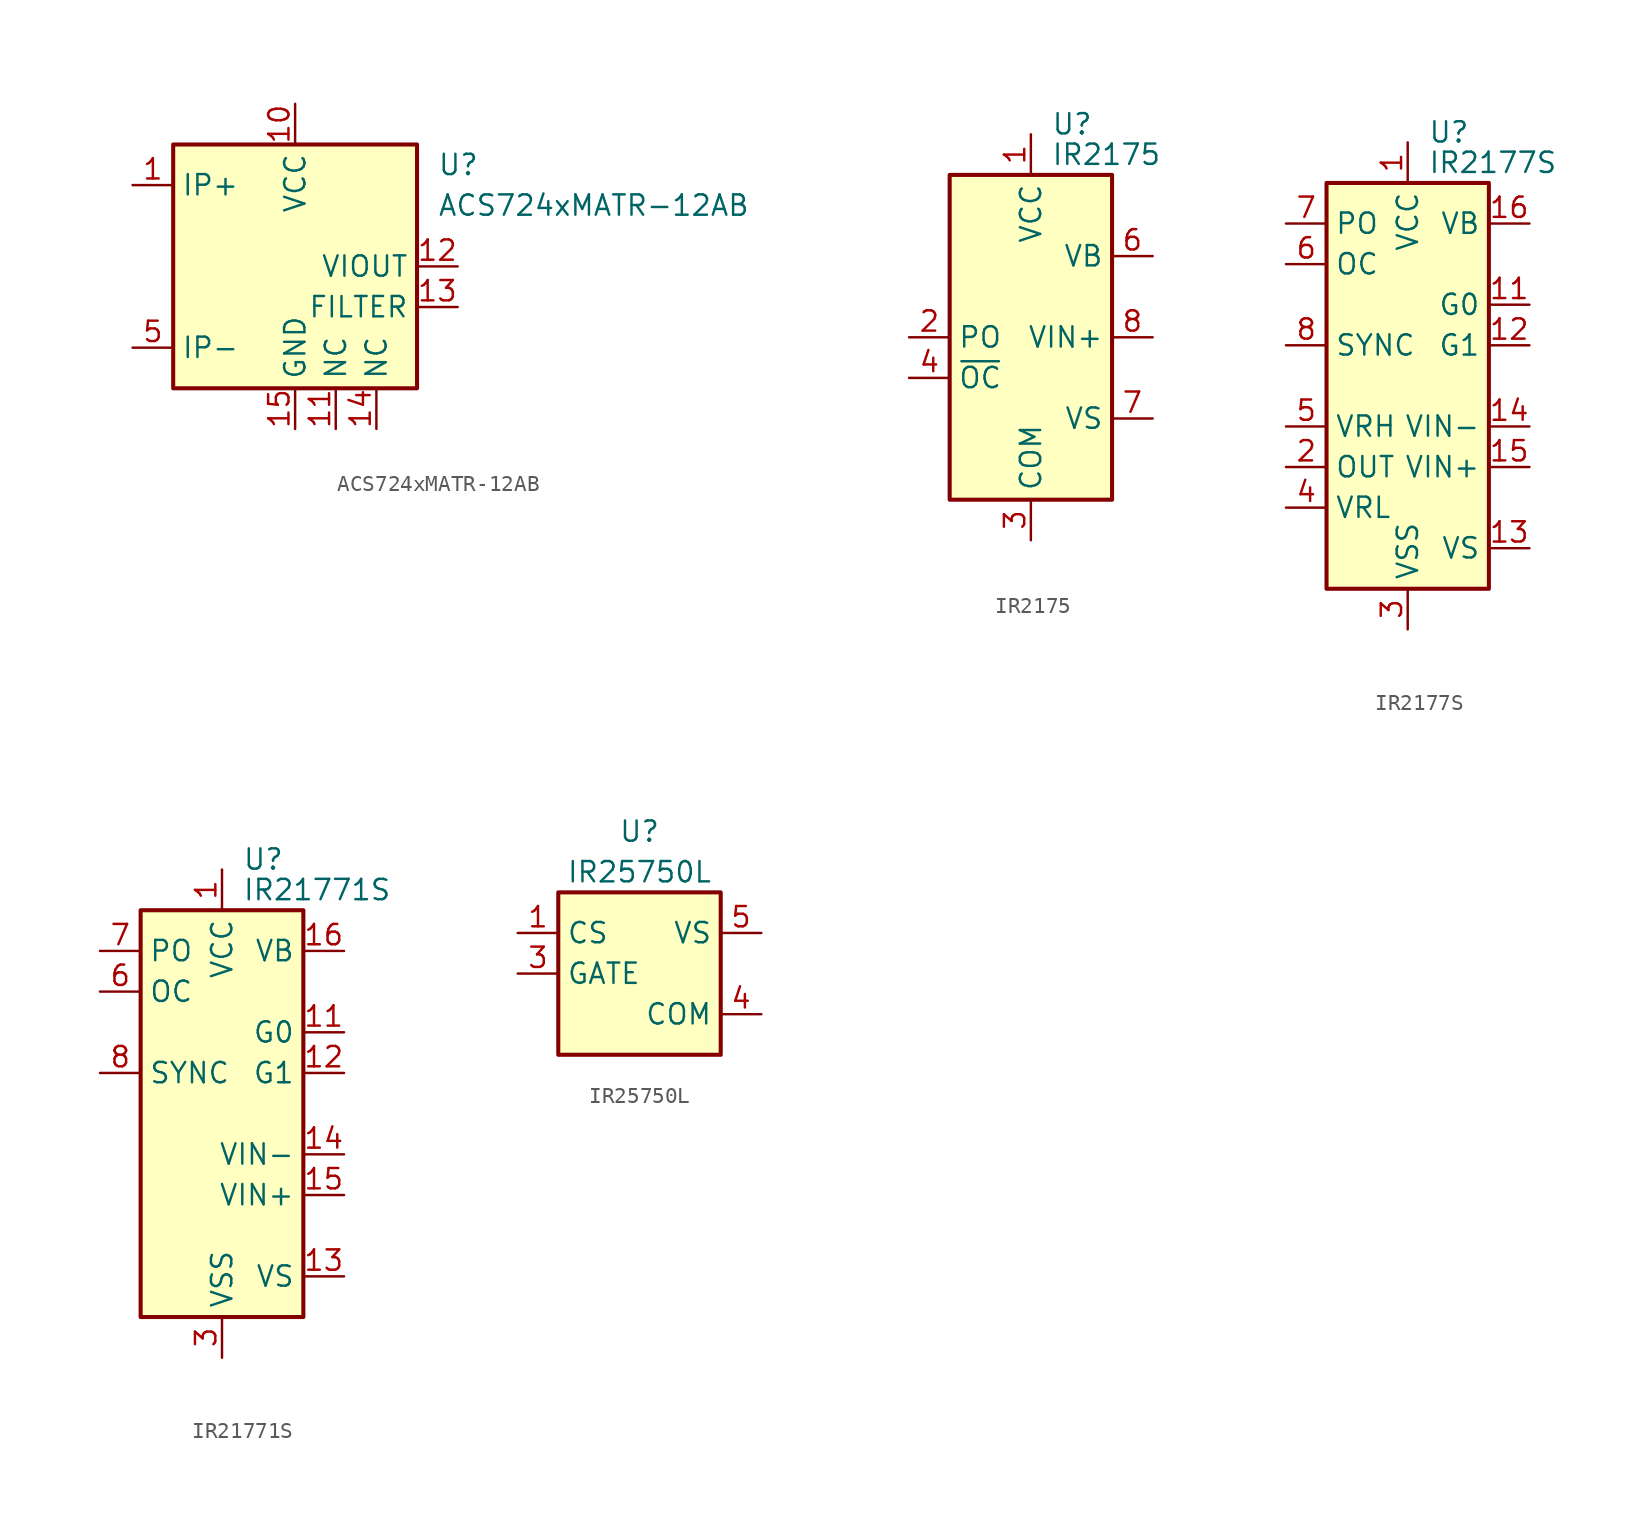
<source format=kicad_sym>
(kicad_symbol_lib
  (version 20200908)
  (generator kicad_symbol_editor)
  (symbol "Sensor_Current:ACS724xMATR-12AB"
    (property "Reference" "U"
      (at 8.89 6.35 0)
      (effects (font (size 1.27 1.27)) (justify left)))
    (property "Value" "ACS724xMATR-12AB"
      (at 8.89 3.81 0)
      (effects (font (size 1.27 1.27)) (justify left)))
    (symbol "ACS724xMATR-12AB_0_1"
      (rectangle (start -7.62 7.62) (end 7.62 -7.62) (stroke (width 0.254)) (fill (type background))))
    (symbol "ACS724xMATR-12AB_1_1"
      (pin passive line (at -10.16 5.08 0) (length 2.54) (name "IP+" (effects (font (size 1.27 1.27)))) (number "1" (effects (font (size 1.27 1.27)))))
      (pin power_in line (at 0 10.16 270) (length 2.54) (name "VCC" (effects (font (size 1.27 1.27)))) (number "10" (effects (font (size 1.27 1.27)))))
      (pin passive line (at 2.54 -10.16 90) (length 2.54) (name "NC" (effects (font (size 1.27 1.27)))) (number "11" (effects (font (size 1.27 1.27)))))
      (pin output line (at 10.16 0 180) (length 2.54) (name "VIOUT" (effects (font (size 1.27 1.27)))) (number "12" (effects (font (size 1.27 1.27)))))
      (pin passive line (at 10.16 -2.54 180) (length 2.54) (name "FILTER" (effects (font (size 1.27 1.27)))) (number "13" (effects (font (size 1.27 1.27)))))
      (pin passive line (at 5.08 -10.16 90) (length 2.54) (name "NC" (effects (font (size 1.27 1.27)))) (number "14" (effects (font (size 1.27 1.27)))))
      (pin power_in line (at 0 -10.16 90) (length 2.54) (name "GND" (effects (font (size 1.27 1.27)))) (number "15" (effects (font (size 1.27 1.27)))))
      (pin unconnected line (at 7.62 2.54 180) (length 2.54) hide (name "NC" (effects (font (size 1.27 1.27)))) (number "16" (effects (font (size 1.27 1.27)))))
      (pin passive line (at -10.16 5.08 0) (length 2.54) hide (name "IP+" (effects (font (size 1.27 1.27)))) (number "2" (effects (font (size 1.27 1.27)))))
      (pin passive line (at -10.16 5.08 0) (length 2.54) hide (name "IP+" (effects (font (size 1.27 1.27)))) (number "3" (effects (font (size 1.27 1.27)))))
      (pin passive line (at -10.16 5.08 0) (length 2.54) hide (name "IP+" (effects (font (size 1.27 1.27)))) (number "4" (effects (font (size 1.27 1.27)))))
      (pin passive line (at -10.16 -5.08 0) (length 2.54) (name "IP-" (effects (font (size 1.27 1.27)))) (number "5" (effects (font (size 1.27 1.27)))))
      (pin passive line (at -10.16 -5.08 0) (length 2.54) hide (name "IP-" (effects (font (size 1.27 1.27)))) (number "6" (effects (font (size 1.27 1.27)))))
      (pin passive line (at -10.16 -5.08 0) (length 2.54) hide (name "IP-" (effects (font (size 1.27 1.27)))) (number "7" (effects (font (size 1.27 1.27)))))
      (pin passive line (at -10.16 -5.08 0) (length 2.54) hide (name "IP-" (effects (font (size 1.27 1.27)))) (number "8" (effects (font (size 1.27 1.27)))))
      (pin unconnected line (at 7.62 5.08 180) (length 2.54) hide (name "NC" (effects (font (size 1.27 1.27)))) (number "9" (effects (font (size 1.27 1.27)))))))
  (symbol "Sensor_Current:IR2175"
    (property "Reference" "U"
      (at 1.27 13.335 0)
      (effects (font (size 1.27 1.27)) (justify left)))
    (property "Value" "IR2175"
      (at 1.27 11.43 0)
      (effects (font (size 1.27 1.27)) (justify left)))
    (symbol "IR2175_0_1"
      (rectangle (start -5.08 -10.16) (end 5.08 10.16) (stroke (width 0.254)) (fill (type background))))
    (symbol "IR2175_1_1"
      (pin power_in line (at 0 12.7 270) (length 2.54) (name "VCC" (effects (font (size 1.27 1.27)))) (number "1" (effects (font (size 1.27 1.27)))))
      (pin output line (at -7.62 0 0) (length 2.54) (name "PO" (effects (font (size 1.27 1.27)))) (number "2" (effects (font (size 1.27 1.27)))))
      (pin power_in line (at 0 -12.7 90) (length 2.54) (name "COM" (effects (font (size 1.27 1.27)))) (number "3" (effects (font (size 1.27 1.27)))))
      (pin output line (at -7.62 -2.54 0) (length 2.54) (name "~OC" (effects (font (size 1.27 1.27)))) (number "4" (effects (font (size 1.27 1.27)))))
      (pin unconnected line (at -5.08 2.54 0) (length 2.54) hide (name "NC" (effects (font (size 1.27 1.27)))) (number "5" (effects (font (size 1.27 1.27)))))
      (pin passive line (at 7.62 5.08 180) (length 2.54) (name "VB" (effects (font (size 1.27 1.27)))) (number "6" (effects (font (size 1.27 1.27)))))
      (pin passive line (at 7.62 -5.08 180) (length 2.54) (name "VS" (effects (font (size 1.27 1.27)))) (number "7" (effects (font (size 1.27 1.27)))))
      (pin passive line (at 7.62 0 180) (length 2.54) (name "VIN+" (effects (font (size 1.27 1.27)))) (number "8" (effects (font (size 1.27 1.27)))))))
  (symbol "Sensor_Current:IR2177S"
    (property "Reference" "U"
      (at 1.27 15.875 0)
      (effects (font (size 1.27 1.27)) (justify left)))
    (property "Value" "IR2177S"
      (at 1.27 13.97 0)
      (effects (font (size 1.27 1.27)) (justify left)))
    (symbol "IR2177S_0_1"
      (rectangle (start -5.08 -12.7) (end 5.08 12.7) (stroke (width 0.254)) (fill (type background))))
    (symbol "IR2177S_1_1"
      (pin power_in line (at 0 15.24 270) (length 2.54) (name "VCC" (effects (font (size 1.27 1.27)))) (number "1" (effects (font (size 1.27 1.27)))))
      (pin unconnected line (at -5.08 0 0) (length 2.54) hide (name "NC" (effects (font (size 1.27 1.27)))) (number "10" (effects (font (size 1.27 1.27)))))
      (pin input line (at 7.62 5.08 180) (length 2.54) (name "G0" (effects (font (size 1.27 1.27)))) (number "11" (effects (font (size 1.27 1.27)))))
      (pin input line (at 7.62 2.54 180) (length 2.54) (name "G1" (effects (font (size 1.27 1.27)))) (number "12" (effects (font (size 1.27 1.27)))))
      (pin passive line (at 7.62 -10.16 180) (length 2.54) (name "VS" (effects (font (size 1.27 1.27)))) (number "13" (effects (font (size 1.27 1.27)))))
      (pin passive line (at 7.62 -2.54 180) (length 2.54) (name "VIN-" (effects (font (size 1.27 1.27)))) (number "14" (effects (font (size 1.27 1.27)))))
      (pin passive line (at 7.62 -5.08 180) (length 2.54) (name "VIN+" (effects (font (size 1.27 1.27)))) (number "15" (effects (font (size 1.27 1.27)))))
      (pin passive line (at 7.62 10.16 180) (length 2.54) (name "VB" (effects (font (size 1.27 1.27)))) (number "16" (effects (font (size 1.27 1.27)))))
      (pin output line (at -7.62 -5.08 0) (length 2.54) (name "OUT" (effects (font (size 1.27 1.27)))) (number "2" (effects (font (size 1.27 1.27)))))
      (pin power_in line (at 0 -15.24 90) (length 2.54) (name "VSS" (effects (font (size 1.27 1.27)))) (number "3" (effects (font (size 1.27 1.27)))))
      (pin input line (at -7.62 -7.62 0) (length 2.54) (name "VRL" (effects (font (size 1.27 1.27)))) (number "4" (effects (font (size 1.27 1.27)))))
      (pin input line (at -7.62 -2.54 0) (length 2.54) (name "VRH" (effects (font (size 1.27 1.27)))) (number "5" (effects (font (size 1.27 1.27)))))
      (pin open_collector line (at -7.62 7.62 0) (length 2.54) (name "OC" (effects (font (size 1.27 1.27)))) (number "6" (effects (font (size 1.27 1.27)))))
      (pin open_collector line (at -7.62 10.16 0) (length 2.54) (name "PO" (effects (font (size 1.27 1.27)))) (number "7" (effects (font (size 1.27 1.27)))))
      (pin input line (at -7.62 2.54 0) (length 2.54) (name "SYNC" (effects (font (size 1.27 1.27)))) (number "8" (effects (font (size 1.27 1.27)))))
      (pin unconnected line (at -5.08 5.08 0) (length 2.54) hide (name "NC" (effects (font (size 1.27 1.27)))) (number "9" (effects (font (size 1.27 1.27)))))))
  (symbol "Sensor_Current:IR21771S"
    (property "Reference" "U"
      (at 1.27 15.875 0)
      (effects (font (size 1.27 1.27)) (justify left)))
    (property "Value" "IR21771S"
      (at 1.27 13.97 0)
      (effects (font (size 1.27 1.27)) (justify left)))
    (symbol "IR21771S_0_1"
      (rectangle (start -5.08 -12.7) (end 5.08 12.7) (stroke (width 0.254)) (fill (type background))))
    (symbol "IR21771S_1_1"
      (pin power_in line (at 0 15.24 270) (length 2.54) (name "VCC" (effects (font (size 1.27 1.27)))) (number "1" (effects (font (size 1.27 1.27)))))
      (pin unconnected line (at -5.08 0 0) (length 2.54) hide (name "NC" (effects (font (size 1.27 1.27)))) (number "10" (effects (font (size 1.27 1.27)))))
      (pin input line (at 7.62 5.08 180) (length 2.54) (name "G0" (effects (font (size 1.27 1.27)))) (number "11" (effects (font (size 1.27 1.27)))))
      (pin input line (at 7.62 2.54 180) (length 2.54) (name "G1" (effects (font (size 1.27 1.27)))) (number "12" (effects (font (size 1.27 1.27)))))
      (pin passive line (at 7.62 -10.16 180) (length 2.54) (name "VS" (effects (font (size 1.27 1.27)))) (number "13" (effects (font (size 1.27 1.27)))))
      (pin passive line (at 7.62 -2.54 180) (length 2.54) (name "VIN-" (effects (font (size 1.27 1.27)))) (number "14" (effects (font (size 1.27 1.27)))))
      (pin passive line (at 7.62 -5.08 180) (length 2.54) (name "VIN+" (effects (font (size 1.27 1.27)))) (number "15" (effects (font (size 1.27 1.27)))))
      (pin passive line (at 7.62 10.16 180) (length 2.54) (name "VB" (effects (font (size 1.27 1.27)))) (number "16" (effects (font (size 1.27 1.27)))))
      (pin unconnected line (at -5.08 -5.08 0) (length 2.54) hide (name "NC" (effects (font (size 1.27 1.27)))) (number "2" (effects (font (size 1.27 1.27)))))
      (pin power_in line (at 0 -15.24 90) (length 2.54) (name "VSS" (effects (font (size 1.27 1.27)))) (number "3" (effects (font (size 1.27 1.27)))))
      (pin unconnected line (at -5.08 -7.62 0) (length 2.54) hide (name "NC" (effects (font (size 1.27 1.27)))) (number "4" (effects (font (size 1.27 1.27)))))
      (pin unconnected line (at -5.08 -2.54 0) (length 2.54) hide (name "NC" (effects (font (size 1.27 1.27)))) (number "5" (effects (font (size 1.27 1.27)))))
      (pin open_collector line (at -7.62 7.62 0) (length 2.54) (name "OC" (effects (font (size 1.27 1.27)))) (number "6" (effects (font (size 1.27 1.27)))))
      (pin open_collector line (at -7.62 10.16 0) (length 2.54) (name "PO" (effects (font (size 1.27 1.27)))) (number "7" (effects (font (size 1.27 1.27)))))
      (pin input line (at -7.62 2.54 0) (length 2.54) (name "SYNC" (effects (font (size 1.27 1.27)))) (number "8" (effects (font (size 1.27 1.27)))))
      (pin unconnected line (at -5.08 5.08 0) (length 2.54) hide (name "NC" (effects (font (size 1.27 1.27)))) (number "9" (effects (font (size 1.27 1.27)))))))
  (symbol "Sensor_Current:IR25750L"
    (property "Reference" "U"
      (at 0 8.89 0)
      (effects (font (size 1.27 1.27))))
    (property "Value" "IR25750L"
      (at 0 6.35 0)
      (effects (font (size 1.27 1.27))))
    (symbol "IR25750L_0_1"
      (rectangle (start -5.08 -5.08) (end 5.08 5.08) (stroke (width 0.254)) (fill (type background))))
    (symbol "IR25750L_1_1"
      (pin output line (at -7.62 2.54 0) (length 2.54) (name "CS" (effects (font (size 1.27 1.27)))) (number "1" (effects (font (size 1.27 1.27)))))
      (pin unconnected line (at -5.08 -2.54 0) (length 2.54) hide (name "NC" (effects (font (size 1.27 1.27)))) (number "2" (effects (font (size 1.27 1.27)))))
      (pin input line (at -7.62 0 0) (length 2.54) (name "GATE" (effects (font (size 1.27 1.27)))) (number "3" (effects (font (size 1.27 1.27)))))
      (pin power_in line (at 7.62 -2.54 180) (length 2.54) (name "COM" (effects (font (size 1.27 1.27)))) (number "4" (effects (font (size 1.27 1.27)))))
      (pin passive line (at 7.62 2.54 180) (length 2.54) (name "VS" (effects (font (size 1.27 1.27)))) (number "5" (effects (font (size 1.27 1.27))))))))
</source>
